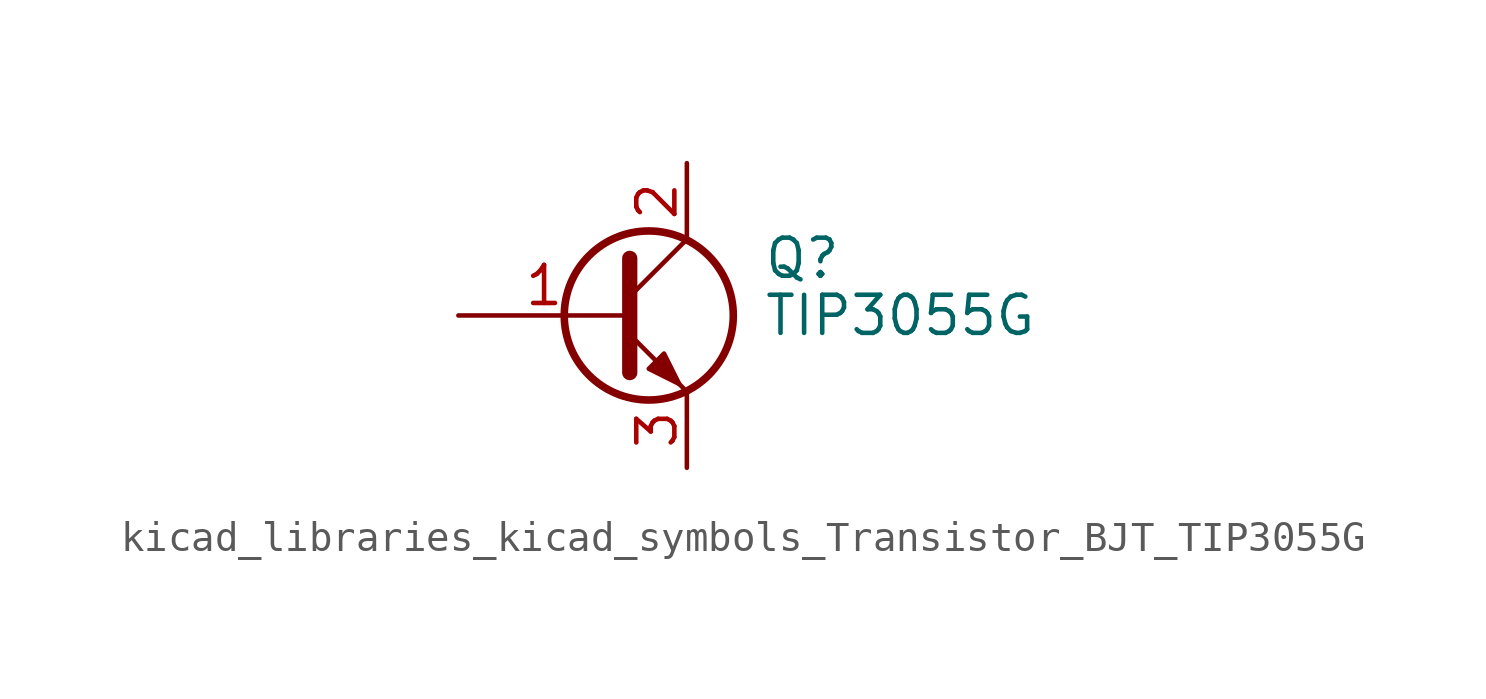
<source format=kicad_sym>
(kicad_symbol_lib
  (version 20220914)
  (generator kicad_symbol_editor)
  (symbol "kicad_libraries_kicad_symbols_Transistor_BJT_TIP3055G"
    (pin_names
      (offset 0) hide)
    (property "Reference" "Q"
      (at 5.08 1.905 0)
      (effects (font (size 1.27 1.27)) (justify left)))
    (property "Value" "TIP3055G"
      (at 5.08 0 0)
      (effects (font (size 1.27 1.27)) (justify left)))
    (symbol "kicad_libraries_kicad_symbols_Transistor_BJT_TIP3055G_0_1"
      (polyline (pts (xy 0.635 0.635) (xy 2.54 2.54)) (stroke (width 0) (type default)) (fill (type none)))
      (polyline (pts (xy 0.635 -0.635) (xy 2.54 -2.54) (xy 2.54 -2.54)) (stroke (width 0) (type default)) (fill (type none)))
      (polyline (pts (xy 0.635 1.905) (xy 0.635 -1.905) (xy 0.635 -1.905)) (stroke (width 0.508) (type default)) (fill (type none)))
      (polyline (pts (xy 1.27 -1.778) (xy 1.778 -1.27) (xy 2.286 -2.286) (xy 1.27 -1.778) (xy 1.27 -1.778)) (stroke (width 0) (type default)) (fill (type outline)))
      (circle (center 1.27 0) (radius 2.819) (stroke (width 0.254) (type default)) (fill (type none))))
    (symbol "kicad_libraries_kicad_symbols_Transistor_BJT_TIP3055G_1_1"
      (pin input line (at -5.08 0 0) (length 5.715) (name "B" (effects (font (size 1.27 1.27)))) (number "1" (effects (font (size 1.27 1.27)))))
      (pin passive line (at 2.54 5.08 270) (length 2.54) (name "C" (effects (font (size 1.27 1.27)))) (number "2" (effects (font (size 1.27 1.27)))))
      (pin passive line (at 2.54 -5.08 90) (length 2.54) (name "E" (effects (font (size 1.27 1.27)))) (number "3" (effects (font (size 1.27 1.27))))))))
</source>
